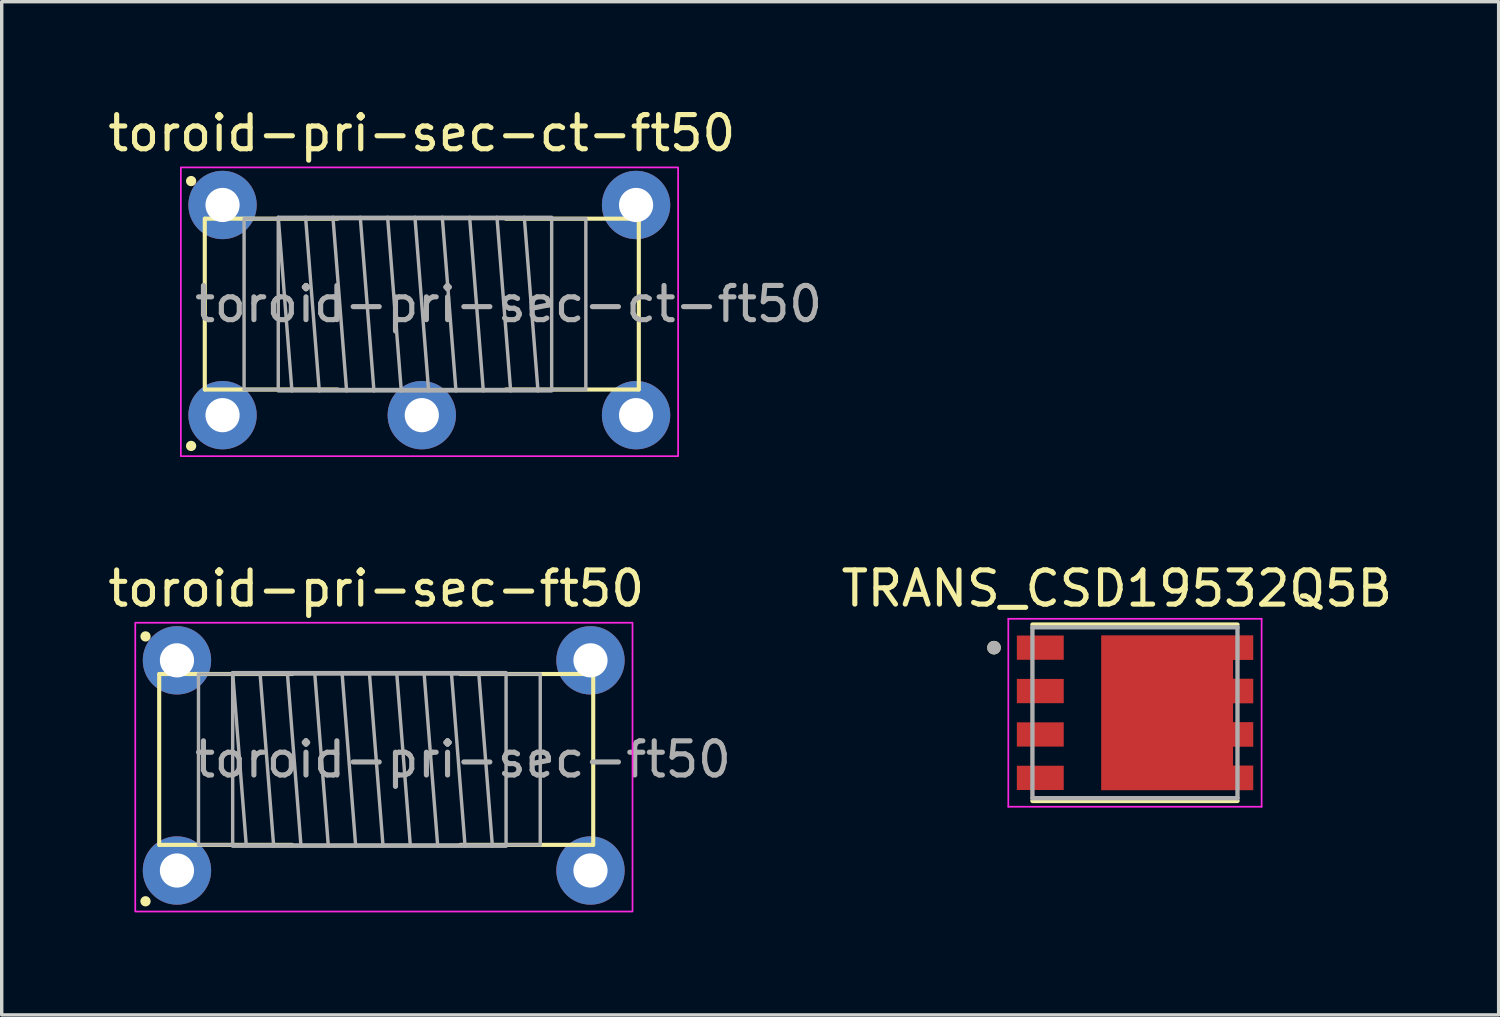
<source format=kicad_pcb>
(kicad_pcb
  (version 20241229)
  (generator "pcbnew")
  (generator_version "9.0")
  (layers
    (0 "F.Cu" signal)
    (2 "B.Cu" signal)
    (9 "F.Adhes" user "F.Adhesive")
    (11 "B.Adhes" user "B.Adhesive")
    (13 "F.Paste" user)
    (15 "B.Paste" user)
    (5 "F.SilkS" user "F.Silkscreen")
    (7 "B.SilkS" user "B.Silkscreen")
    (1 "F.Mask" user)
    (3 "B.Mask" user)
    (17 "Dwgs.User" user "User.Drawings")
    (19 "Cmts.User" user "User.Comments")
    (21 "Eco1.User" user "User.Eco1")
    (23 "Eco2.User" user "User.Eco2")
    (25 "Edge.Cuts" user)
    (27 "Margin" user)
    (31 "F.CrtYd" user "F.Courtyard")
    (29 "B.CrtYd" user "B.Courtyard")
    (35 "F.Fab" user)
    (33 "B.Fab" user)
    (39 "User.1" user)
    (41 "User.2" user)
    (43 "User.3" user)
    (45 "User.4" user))
  (footprint "TRANS_CSD19532Q5B"
    (layer "F.Cu")
    (at 30.16 17.806)
    (property "Reference" "TRANS_CSD19532Q5B" (at -0.531 -3.635 0) (layer "F.SilkS") (effects (font (size 1 1) (thickness 0.15))))
    (attr smd)
    (fp_poly (pts (xy -1.084 2.36) (xy -1.084 -2.36) (xy 3.556 -2.36) (xy 3.556 -1.45) (xy 2.966 -1.45) (xy 2.966 -1.09) (xy 3.556 -1.09) (xy 3.556 -0.18) (xy 2.966 -0.18) (xy 2.966 0.18) (xy 3.556 0.18) (xy 3.556 1.09) (xy 2.966 1.09) (xy 2.966 1.45) (xy 3.556 1.45) (xy 3.556 2.36)) (stroke (width 0.01) (type solid)) (fill yes) (layer "F.Mask"))
    (fp_line (start -3 2.58) (end 3 2.58) (stroke (width 0.127) (type solid)) (layer "F.SilkS"))
    (fp_line (start 3 -2.58) (end -3 -2.58) (stroke (width 0.127) (type solid)) (layer "F.SilkS"))
    (fp_circle (center -4.125 -1.905) (end -4.025 -1.905) (stroke (width 0.2) (type solid)) (fill no) (layer "F.SilkS"))
    (fp_poly (pts (xy -3.293 -2.186) (xy -2.221 -2.186) (xy -2.221 -1.624) (xy -3.293 -1.624)) (stroke (width 0.01) (type solid)) (fill yes) (layer "F.Paste"))
    (fp_poly (pts (xy -3.293 -0.916) (xy -2.221 -0.916) (xy -2.221 -0.354) (xy -3.293 -0.354)) (stroke (width 0.01) (type solid)) (fill yes) (layer "F.Paste"))
    (fp_poly (pts (xy -3.293 0.354) (xy -2.221 0.354) (xy -2.221 0.916) (xy -3.293 0.916)) (stroke (width 0.01) (type solid)) (fill yes) (layer "F.Paste"))
    (fp_poly (pts (xy -3.293 1.624) (xy -2.221 1.624) (xy -2.221 2.186) (xy -3.293 2.186)) (stroke (width 0.01) (type solid)) (fill yes) (layer "F.Paste"))
    (fp_poly (pts (xy -0.697 -1.942) (xy 0.597 -1.942) (xy 0.597 -1.196) (xy -0.697 -1.196)) (stroke (width 0.01) (type solid)) (fill yes) (layer "F.Paste"))
    (fp_poly (pts (xy -0.697 -0.896) (xy 0.597 -0.896) (xy 0.597 -0.15) (xy -0.697 -0.15)) (stroke (width 0.01) (type solid)) (fill yes) (layer "F.Paste"))
    (fp_poly (pts (xy -0.697 0.15) (xy 0.597 0.15) (xy 0.597 0.896) (xy -0.697 0.896)) (stroke (width 0.01) (type solid)) (fill yes) (layer "F.Paste"))
    (fp_poly (pts (xy -0.697 1.196) (xy 0.597 1.196) (xy 0.597 1.942) (xy -0.697 1.942)) (stroke (width 0.01) (type solid)) (fill yes) (layer "F.Paste"))
    (fp_poly (pts (xy 0.947 -1.942) (xy 2.241 -1.942) (xy 2.241 -1.196) (xy 0.947 -1.196)) (stroke (width 0.01) (type solid)) (fill yes) (layer "F.Paste"))
    (fp_poly (pts (xy 0.947 -0.896) (xy 2.241 -0.896) (xy 2.241 -0.15) (xy 0.947 -0.15)) (stroke (width 0.01) (type solid)) (fill yes) (layer "F.Paste"))
    (fp_poly (pts (xy 0.947 0.15) (xy 2.241 0.15) (xy 2.241 0.896) (xy 0.947 0.896)) (stroke (width 0.01) (type solid)) (fill yes) (layer "F.Paste"))
    (fp_poly (pts (xy 0.947 1.196) (xy 2.241 1.196) (xy 2.241 1.942) (xy 0.947 1.942)) (stroke (width 0.01) (type solid)) (fill yes) (layer "F.Paste"))
    (fp_poly (pts (xy 2.527 -2.159) (xy 3.293 -2.159) (xy 3.293 -1.651) (xy 2.527 -1.651)) (stroke (width 0.01) (type solid)) (fill yes) (layer "F.Paste"))
    (fp_poly (pts (xy 2.527 -0.889) (xy 3.293 -0.889) (xy 3.293 -0.381) (xy 2.527 -0.381)) (stroke (width 0.01) (type solid)) (fill yes) (layer "F.Paste"))
    (fp_poly (pts (xy 2.527 0.381) (xy 3.293 0.381) (xy 3.293 0.889) (xy 2.527 0.889)) (stroke (width 0.01) (type solid)) (fill yes) (layer "F.Paste"))
    (fp_poly (pts (xy 2.527 1.651) (xy 3.293 1.651) (xy 3.293 2.159) (xy 2.527 2.159)) (stroke (width 0.01) (type solid)) (fill yes) (layer "F.Paste"))
    (fp_line (start -3.706 -2.75) (end 3.706 -2.75) (stroke (width 0.05) (type solid)) (layer "F.CrtYd"))
    (fp_line (start -3.706 2.75) (end -3.706 -2.75) (stroke (width 0.05) (type solid)) (layer "F.CrtYd"))
    (fp_line (start 3.706 -2.75) (end 3.706 2.75) (stroke (width 0.05) (type solid)) (layer "F.CrtYd"))
    (fp_line (start 3.706 2.75) (end -3.706 2.75) (stroke (width 0.05) (type solid)) (layer "F.CrtYd"))
    (fp_line (start -3 -2.5) (end -3 2.5) (stroke (width 0.127) (type solid)) (layer "F.Fab"))
    (fp_line (start -3 2.5) (end 3 2.5) (stroke (width 0.127) (type solid)) (layer "F.Fab"))
    (fp_line (start 3 -2.5) (end -3 -2.5) (stroke (width 0.127) (type solid)) (layer "F.Fab"))
    (fp_line (start 3 2.5) (end 3 -2.5) (stroke (width 0.127) (type solid)) (layer "F.Fab"))
    (fp_circle (center -4.125 -1.905) (end -4.025 -1.905) (stroke (width 0.2) (type solid)) (fill no) (layer "F.Fab"))
    (pad "1" smd rect (at -2.77 -1.905) (size 1.372 0.71) (layers "F.Cu" "F.Mask"))
    (pad "2" smd rect (at -2.77 -0.635) (size 1.372 0.71) (layers "F.Cu" "F.Mask"))
    (pad "3" smd rect (at -2.77 0.635) (size 1.372 0.71) (layers "F.Cu" "F.Mask"))
    (pad "4" smd rect (at -2.77 1.905) (size 1.372 0.71) (layers "F.Cu" "F.Mask"))
    (pad "5_8" smd custom (at 0 0) (size 1 1) (layers "F.Cu") (options (anchor rect)) (primitives (gr_poly (pts (xy -0.984 2.26) (xy -0.984 -2.26) (xy 3.456 -2.26) (xy 3.456 -1.55) (xy 2.866 -1.55) (xy 2.866 -0.99) (xy 3.456 -0.99) (xy 3.456 -0.28) (xy 2.866 -0.28) (xy 2.866 0.28) (xy 3.456 0.28) (xy 3.456 0.99) (xy 2.866 0.99) (xy 2.866 1.55) (xy 3.456 1.55) (xy 3.456 2.26)) (width 0.01) (fill yes)))))
  (footprint "toroid-pri-sec-ft50"
    (layer "F.Cu")
    (at 7.958 19.172)
    (property "Reference" "toroid-pri-sec-ft50" (at 0 -5 0) (layer "F.SilkS") (effects (font (size 1 1) (thickness 0.15))))
    (attr through_hole)
    (fp_line (start -6.35 -2.5) (end -6.35 2.5) (stroke (width 0.12) (type solid)) (layer "F.SilkS"))
    (fp_line (start -6.341 -2.5) (end -2.458 -2.5) (stroke (width 0.12) (type solid)) (layer "F.SilkS"))
    (fp_line (start -2.458 2.5) (end -6.341 2.5) (stroke (width 0.12) (type solid)) (layer "F.SilkS"))
    (fp_line (start 2.458 -2.5) (end 6.341 -2.5) (stroke (width 0.12) (type solid)) (layer "F.SilkS"))
    (fp_line (start 6.341 2.5) (end 2.458 2.5) (stroke (width 0.12) (type solid)) (layer "F.SilkS"))
    (fp_line (start 6.35 -2.5) (end 6.35 2.5) (stroke (width 0.12) (type solid)) (layer "F.SilkS"))
    (fp_circle (center -6.75 -3.6) (end -6.65 -3.6) (stroke (width 0.1) (type solid)) (fill yes) (layer "F.SilkS"))
    (fp_circle (center -6.75 4.15) (end -6.65 4.15) (stroke (width 0.1) (type solid)) (fill yes) (layer "F.SilkS"))
    (fp_rect (start -7.05 -4) (end 7.5 4.45) (stroke (width 0.05) (type solid)) (fill no) (layer "F.CrtYd"))
    (fp_line (start -4.2 -2.54) (end -3.8 2.54) (stroke (width 0.1) (type solid)) (layer "F.Fab"))
    (fp_line (start -3.4 -2.54) (end -3 2.54) (stroke (width 0.1) (type solid)) (layer "F.Fab"))
    (fp_line (start -2.6 -2.54) (end -2.2 2.54) (stroke (width 0.1) (type solid)) (layer "F.Fab"))
    (fp_line (start -1.8 -2.54) (end -1.4 2.54) (stroke (width 0.1) (type solid)) (layer "F.Fab"))
    (fp_line (start -1 -2.54) (end -0.6 2.54) (stroke (width 0.1) (type solid)) (layer "F.Fab"))
    (fp_line (start -0.2 -2.54) (end 0.2 2.54) (stroke (width 0.1) (type solid)) (layer "F.Fab"))
    (fp_line (start 0.6 -2.54) (end 1 2.54) (stroke (width 0.1) (type solid)) (layer "F.Fab"))
    (fp_line (start 1.4 -2.54) (end 1.8 2.54) (stroke (width 0.1) (type solid)) (layer "F.Fab"))
    (fp_line (start 2.2 -2.54) (end 2.6 2.54) (stroke (width 0.1) (type solid)) (layer "F.Fab"))
    (fp_line (start 3 -2.54) (end 3.4 2.54) (stroke (width 0.1) (type solid)) (layer "F.Fab"))
    (fp_rect (start -5.2 -2.5) (end 4.8 2.5) (stroke (width 0.1) (type solid)) (fill no) (layer "F.Fab"))
    (fp_rect (start -4.2 -2.54) (end 3.8 2.54) (stroke (width 0.1) (type solid)) (fill no) (layer "F.Fab"))
    (fp_text user "${REFERENCE}" (at 2.54 0 0) (layer "F.Fab") (effects (font (size 1 1) (thickness 0.15))))
    (pad "1" thru_hole circle (at -5.83 -2.9) (size 2 2) (drill 1) (layers "*.Cu" "*.Mask"))
    (pad "2" thru_hole circle (at 6.27 -2.9) (size 2 2) (drill 1) (layers "*.Cu" "*.Mask"))
    (pad "3" thru_hole circle (at -5.83 3.25) (size 2 2) (drill 1) (layers "*.Cu" "*.Mask"))
    (pad "8" thru_hole circle (at 6.27 3.25) (size 2 2) (drill 1) (layers "*.Cu" "*.Mask")))
  (footprint "toroid-pri-sec-ct-ft50"
    (layer "F.Cu")
    (at 9.292 5.848)
    (property "Reference" "toroid-pri-sec-ct-ft50" (at 0 -5 0) (layer "F.SilkS") (effects (font (size 1 1) (thickness 0.15))))
    (attr through_hole)
    (fp_line (start -6.35 -2.5) (end -6.35 2.5) (stroke (width 0.12) (type solid)) (layer "F.SilkS"))
    (fp_line (start -6.341 -2.5) (end -2.458 -2.5) (stroke (width 0.12) (type solid)) (layer "F.SilkS"))
    (fp_line (start -2.458 2.5) (end -6.341 2.5) (stroke (width 0.12) (type solid)) (layer "F.SilkS"))
    (fp_line (start 2.458 -2.5) (end 6.341 -2.5) (stroke (width 0.12) (type solid)) (layer "F.SilkS"))
    (fp_line (start 6.341 2.5) (end 2.458 2.5) (stroke (width 0.12) (type solid)) (layer "F.SilkS"))
    (fp_line (start 6.35 -2.5) (end 6.35 2.5) (stroke (width 0.12) (type solid)) (layer "F.SilkS"))
    (fp_circle (center -6.75 -3.6) (end -6.65 -3.6) (stroke (width 0.1) (type solid)) (fill yes) (layer "F.SilkS"))
    (fp_circle (center -6.75 4.15) (end -6.65 4.15) (stroke (width 0.1) (type solid)) (fill yes) (layer "F.SilkS"))
    (fp_rect (start -7.05 -4) (end 7.5 4.45) (stroke (width 0.05) (type solid)) (fill no) (layer "F.CrtYd"))
    (fp_line (start -4.2 -2.54) (end -3.8 2.54) (stroke (width 0.1) (type solid)) (layer "F.Fab"))
    (fp_line (start -3.4 -2.54) (end -3 2.54) (stroke (width 0.1) (type solid)) (layer "F.Fab"))
    (fp_line (start -2.6 -2.54) (end -2.2 2.54) (stroke (width 0.1) (type solid)) (layer "F.Fab"))
    (fp_line (start -1.8 -2.54) (end -1.4 2.54) (stroke (width 0.1) (type solid)) (layer "F.Fab"))
    (fp_line (start -1 -2.54) (end -0.6 2.54) (stroke (width 0.1) (type solid)) (layer "F.Fab"))
    (fp_line (start -0.2 -2.54) (end 0.2 2.54) (stroke (width 0.1) (type solid)) (layer "F.Fab"))
    (fp_line (start 0.6 -2.54) (end 1 2.54) (stroke (width 0.1) (type solid)) (layer "F.Fab"))
    (fp_line (start 1.4 -2.54) (end 1.8 2.54) (stroke (width 0.1) (type solid)) (layer "F.Fab"))
    (fp_line (start 2.2 -2.54) (end 2.6 2.54) (stroke (width 0.1) (type solid)) (layer "F.Fab"))
    (fp_line (start 3 -2.54) (end 3.4 2.54) (stroke (width 0.1) (type solid)) (layer "F.Fab"))
    (fp_rect (start -5.2 -2.5) (end 4.8 2.5) (stroke (width 0.1) (type solid)) (fill no) (layer "F.Fab"))
    (fp_rect (start -4.2 -2.54) (end 3.8 2.54) (stroke (width 0.1) (type solid)) (fill no) (layer "F.Fab"))
    (fp_text user "${REFERENCE}" (at 2.54 0 0) (layer "F.Fab") (effects (font (size 1 1) (thickness 0.15))))
    (pad "1" thru_hole circle (at -5.83 -2.9) (size 2 2) (drill 1) (layers "*.Cu" "*.Mask"))
    (pad "2" thru_hole circle (at 6.27 -2.9) (size 2 2) (drill 1) (layers "*.Cu" "*.Mask"))
    (pad "3" thru_hole circle (at -5.83 3.25) (size 2 2) (drill 1) (layers "*.Cu" "*.Mask"))
    (pad "4" thru_hole circle (at 0 3.25) (size 2 2) (drill 1) (layers "*.Cu" "*.Mask"))
    (pad "5" thru_hole circle (at 6.27 3.25) (size 2 2) (drill 1) (layers "*.Cu" "*.Mask")))
  (gr_rect
    (start -3 -3)
    (end 40.802 26.646)
    (stroke (width 0.1) (type default))
    (fill no)
    (layer "Edge.Cuts")))
</source>
